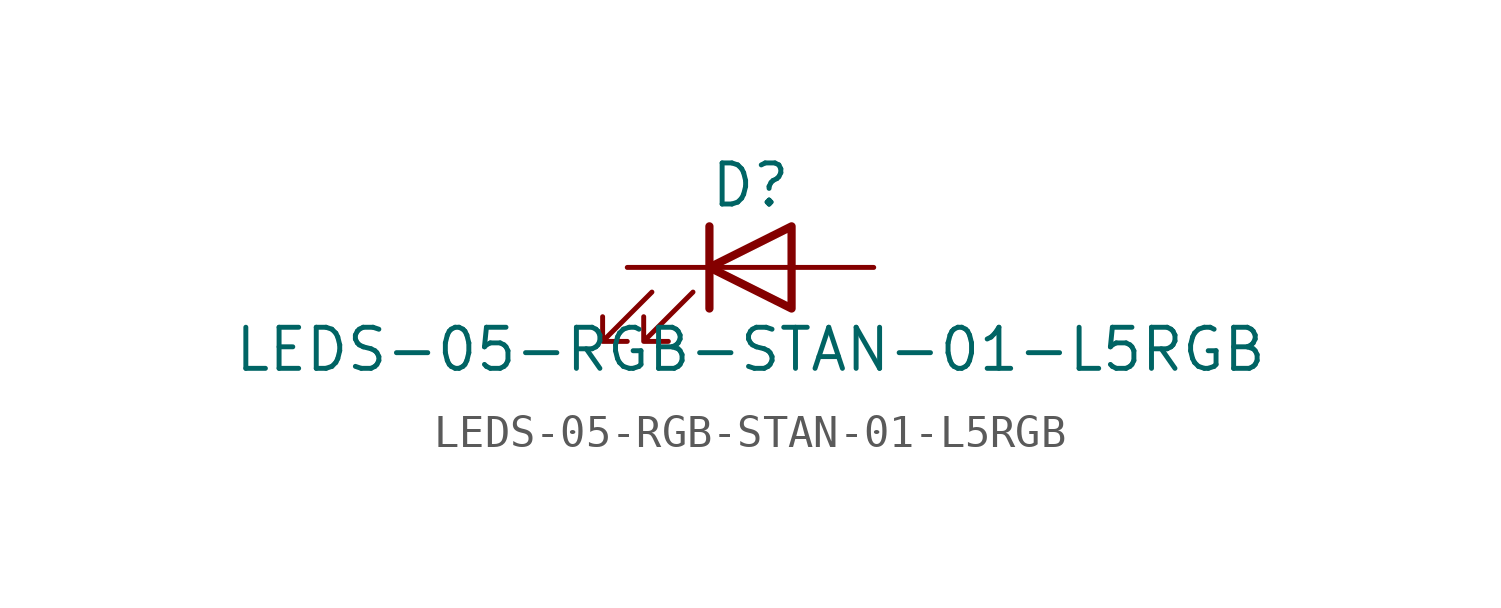
<source format=kicad_sym>
(kicad_symbol_lib
  (version 20211014)
  (generator kicad_symbol_editor)
  (symbol "LEDS-05-RGB-STAN-01-L5RGB"
    (pin_numbers hide)
    (pin_names
      (offset 1.016) hide)
    (property "Reference" "D"
      (at 0 2.54 0)
      (effects (font (size 1.27 1.27))))
    (property "Value" "LEDS-05-RGB-STAN-01-L5RGB"
      (at 0 -2.54 0)
      (effects (font (size 1.27 1.27))))
    (symbol "LEDS-05-RGB-STAN-01-L5RGB_0_1"
      (polyline (pts (xy -1.27 -1.27) (xy -1.27 1.27)) (stroke (width 0.254) (type default) (color 0 0 0 0)) (fill (type none)))
      (polyline (pts (xy -1.27 0) (xy 1.27 0)) (stroke (width 0) (type default) (color 0 0 0 0)) (fill (type none)))
      (polyline (pts (xy 1.27 -1.27) (xy 1.27 1.27) (xy -1.27 0) (xy 1.27 -1.27)) (stroke (width 0.254) (type default) (color 0 0 0 0)) (fill (type none)))
      (polyline (pts (xy -3.048 -0.762) (xy -4.572 -2.286) (xy -3.81 -2.286) (xy -4.572 -2.286) (xy -4.572 -1.524)) (stroke (width 0) (type default) (color 0 0 0 0)) (fill (type none)))
      (polyline (pts (xy -1.778 -0.762) (xy -3.302 -2.286) (xy -2.54 -2.286) (xy -3.302 -2.286) (xy -3.302 -1.524)) (stroke (width 0) (type default) (color 0 0 0 0)) (fill (type none))))
    (symbol "LEDS-05-RGB-STAN-01-L5RGB_1_1"
      (pin passive line (at -3.81 0 0) (length 2.54) (name "K" (effects (font (size 1.27 1.27)))) (number "1" (effects (font (size 1.27 1.27)))))
      (pin passive line (at 3.81 0 180) (length 2.54) (name "A" (effects (font (size 1.27 1.27)))) (number "2" (effects (font (size 1.27 1.27))))))))
</source>
